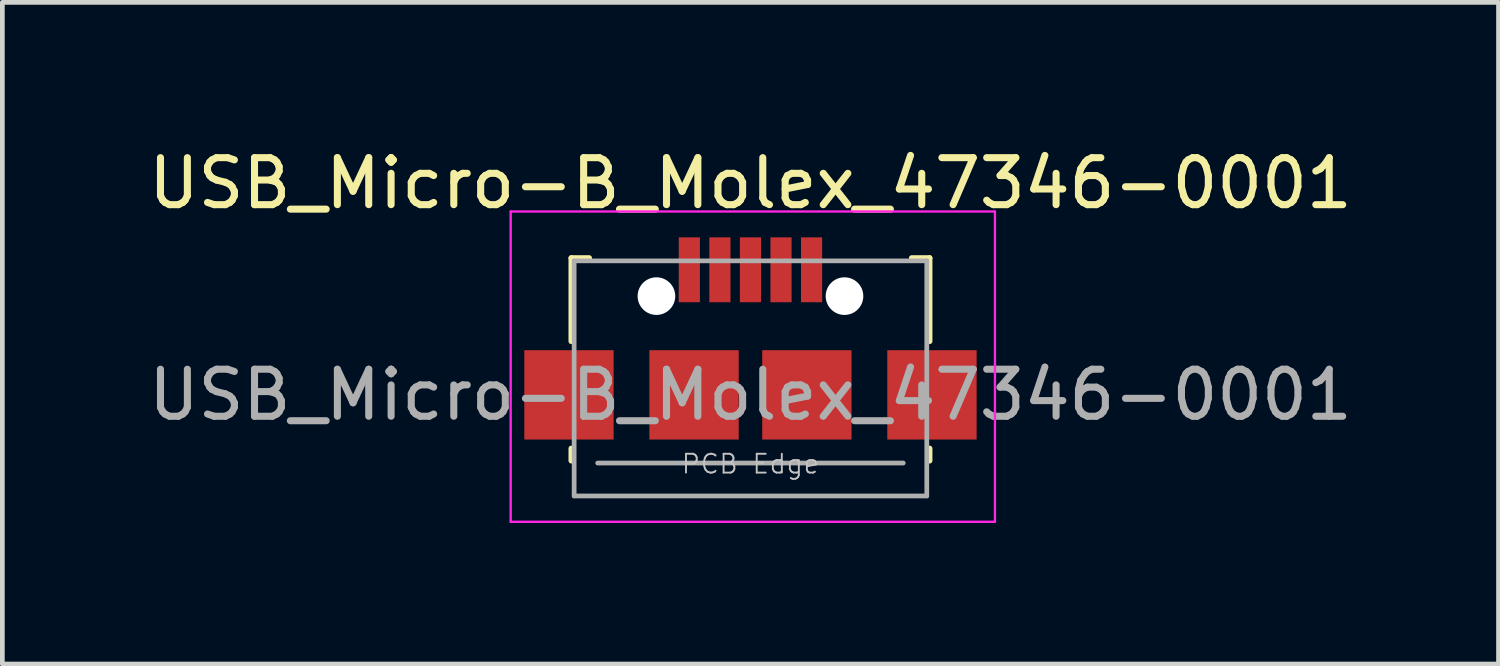
<source format=kicad_pcb>
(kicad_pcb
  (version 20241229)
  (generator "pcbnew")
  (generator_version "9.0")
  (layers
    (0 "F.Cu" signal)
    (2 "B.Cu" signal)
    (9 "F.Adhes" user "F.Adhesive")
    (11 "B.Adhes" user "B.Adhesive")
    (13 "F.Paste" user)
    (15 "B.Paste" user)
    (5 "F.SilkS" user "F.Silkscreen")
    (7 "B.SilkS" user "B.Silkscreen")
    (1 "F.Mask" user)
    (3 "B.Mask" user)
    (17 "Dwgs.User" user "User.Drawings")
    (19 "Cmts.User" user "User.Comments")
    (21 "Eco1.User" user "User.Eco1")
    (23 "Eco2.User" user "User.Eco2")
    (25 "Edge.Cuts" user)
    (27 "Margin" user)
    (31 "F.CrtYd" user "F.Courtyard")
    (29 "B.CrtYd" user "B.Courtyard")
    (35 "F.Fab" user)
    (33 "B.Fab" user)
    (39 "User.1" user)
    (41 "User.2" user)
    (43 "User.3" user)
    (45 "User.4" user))
  (footprint "USB_Micro-B_Molex_47346-0001"
    (layer "F.Cu")
    (at 12.911 4.148)
    (property "Reference" "USB_Micro-B_Molex_47346-0001" (at 0 -3.3 180) (layer "F.SilkS") (effects (font (size 1 1) (thickness 0.15))))
    (attr smd)
    (fp_line (start -3.81 -1.71) (end -3.43 -1.71) (stroke (width 0.12) (type solid)) (layer "F.SilkS"))
    (fp_line (start -3.81 0.06) (end -3.81 -1.71) (stroke (width 0.12) (type solid)) (layer "F.SilkS"))
    (fp_line (start -3.81 2.6) (end -3.81 2.34) (stroke (width 0.12) (type solid)) (layer "F.SilkS"))
    (fp_line (start 3.81 -1.71) (end 3.43 -1.71) (stroke (width 0.12) (type solid)) (layer "F.SilkS"))
    (fp_line (start 3.81 -1.71) (end 3.81 0.06) (stroke (width 0.12) (type solid)) (layer "F.SilkS"))
    (fp_line (start 3.81 2.34) (end 3.81 2.6) (stroke (width 0.12) (type solid)) (layer "F.SilkS"))
    (fp_line (start -5.1 -2.7) (end 5.2 -2.7) (stroke (width 0.05) (type solid)) (layer "F.CrtYd"))
    (fp_line (start -5.1 3.9) (end -5.1 -2.7) (stroke (width 0.05) (type solid)) (layer "F.CrtYd"))
    (fp_line (start 5.2 -2.7) (end 5.2 3.9) (stroke (width 0.05) (type solid)) (layer "F.CrtYd"))
    (fp_line (start 5.2 3.9) (end -5.1 3.9) (stroke (width 0.05) (type solid)) (layer "F.CrtYd"))
    (fp_line (start -3.75 -1.65) (end 3.75 -1.65) (stroke (width 0.1) (type solid)) (layer "F.Fab"))
    (fp_line (start -3.75 3.35) (end -3.75 -1.65) (stroke (width 0.1) (type solid)) (layer "F.Fab"))
    (fp_line (start -3.25 2.65) (end 3.25 2.65) (stroke (width 0.1) (type solid)) (layer "F.Fab"))
    (fp_line (start 3.75 -1.65) (end 3.75 3.35) (stroke (width 0.1) (type solid)) (layer "F.Fab"))
    (fp_line (start 3.75 3.35) (end -3.75 3.35) (stroke (width 0.1) (type solid)) (layer "F.Fab"))
    (fp_text user "PCB Edge" (at 0 2.67 180) (layer "Dwgs.User") (effects (font (size 0.4 0.4) (thickness 0.04))))
    (fp_text user "${REFERENCE}" (at 0 1.2 0) (layer "F.Fab") (effects (font (size 1 1) (thickness 0.15))))
    (pad "" np_thru_hole circle (at -2 -0.9 180) (size 0.8 0.8) (drill 0.8) (layers "*.Mask" "F.Cu"))
    (pad "" np_thru_hole circle (at 2 -0.9) (size 0.8 0.8) (drill 0.8) (layers "*.Mask" "F.Cu"))
    (pad "1" smd rect (at -1.3 -1.46) (size 0.45 1.38) (layers "F.Cu" "F.Mask" "F.Paste"))
    (pad "2" smd rect (at -0.65 -1.46) (size 0.45 1.38) (layers "F.Cu" "F.Mask" "F.Paste"))
    (pad "3" smd rect (at 0 -1.46) (size 0.45 1.38) (layers "F.Cu" "F.Mask" "F.Paste"))
    (pad "4" smd rect (at 0.65 -1.46) (size 0.45 1.38) (layers "F.Cu" "F.Mask" "F.Paste"))
    (pad "5" smd rect (at 1.3 -1.46) (size 0.45 1.38) (layers "F.Cu" "F.Mask" "F.Paste"))
    (pad "6" smd rect (at -3.86 1.2) (size 1.9 1.9) (layers "F.Cu" "F.Mask" "F.Paste"))
    (pad "6" smd rect (at -1.2 1.2) (size 1.9 1.9) (layers "F.Cu" "F.Mask" "F.Paste"))
    (pad "6" smd rect (at 1.2 1.2) (size 1.9 1.9) (layers "F.Cu" "F.Mask" "F.Paste"))
    (pad "6" smd rect (at 3.86 1.2) (size 1.9 1.9) (layers "F.Cu" "F.Mask" "F.Paste")))
  (gr_rect
    (start -3 -3)
    (end 28.821 11.073)
    (stroke (width 0.1) (type default))
    (fill no)
    (layer "Edge.Cuts")))
</source>
